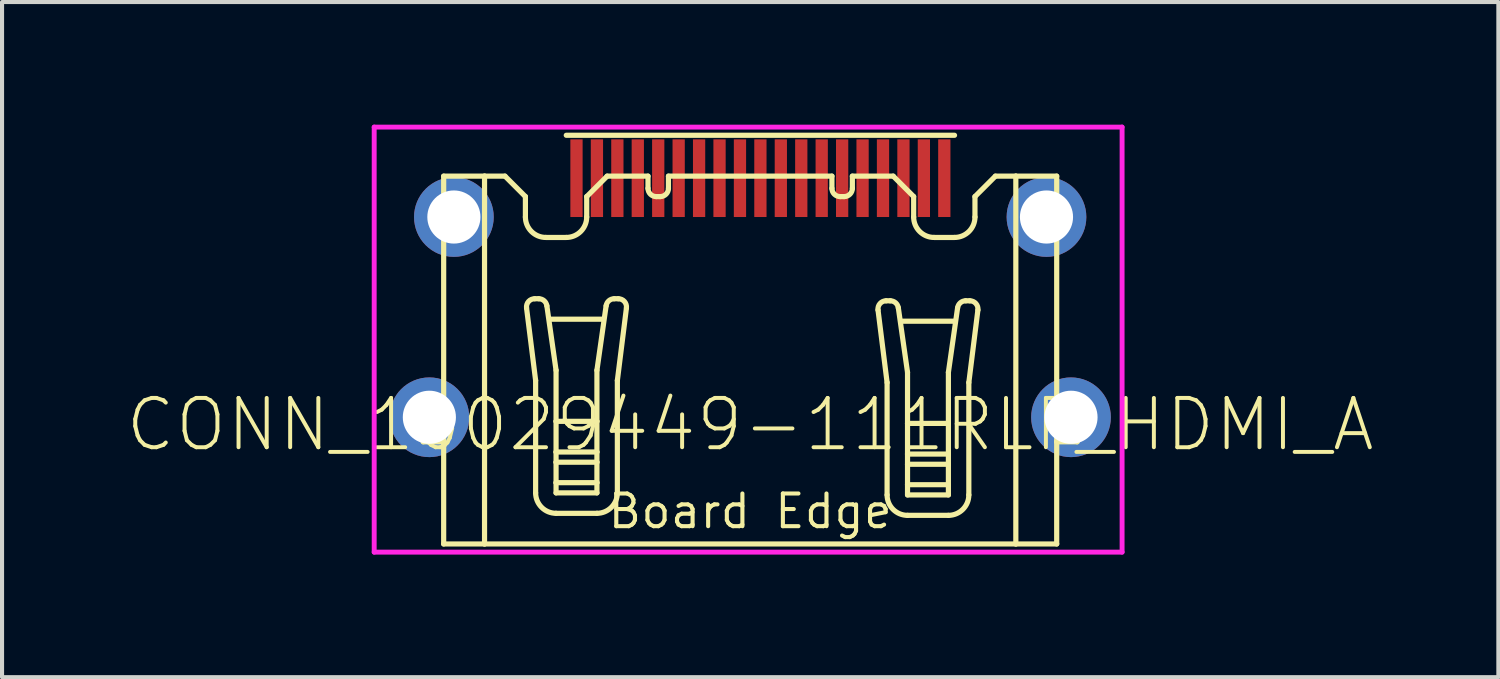
<source format=kicad_pcb>
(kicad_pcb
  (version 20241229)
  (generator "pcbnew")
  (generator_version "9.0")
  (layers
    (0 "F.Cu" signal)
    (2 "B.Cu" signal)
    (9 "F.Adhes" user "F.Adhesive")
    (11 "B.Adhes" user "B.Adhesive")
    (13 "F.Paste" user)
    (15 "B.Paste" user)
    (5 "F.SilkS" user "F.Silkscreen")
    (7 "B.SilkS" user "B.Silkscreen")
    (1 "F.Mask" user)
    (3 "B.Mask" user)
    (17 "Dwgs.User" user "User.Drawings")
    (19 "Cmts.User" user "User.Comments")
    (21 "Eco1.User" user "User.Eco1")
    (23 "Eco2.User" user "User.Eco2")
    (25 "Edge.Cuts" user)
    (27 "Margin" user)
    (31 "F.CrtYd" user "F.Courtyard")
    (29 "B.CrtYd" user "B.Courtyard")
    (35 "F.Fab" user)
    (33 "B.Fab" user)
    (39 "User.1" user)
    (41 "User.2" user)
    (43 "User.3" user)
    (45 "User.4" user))
  (footprint "CONN_10029449-111RLF_HDMI_A"
    (layer "F.Cu")
    (at 15.306 5.26)
    (property "Reference" "CONN_10029449-111RLF_HDMI_A" (at 0 2.08 0) (layer "F.SilkS") (effects (font (size 1.206 1.206) (thickness 0.097))))
    (attr smd)
    (fp_line (start -8 1.5) (end -8 2.5) (stroke (width 0.127) (type solid)) (layer "F.SilkS"))
    (fp_line (start -8 2.5) (end -7.5 2.5) (stroke (width 0.127) (type solid)) (layer "F.SilkS"))
    (fp_line (start -7.5 -4) (end -7.5 1.5) (stroke (width 0.127) (type solid)) (layer "F.SilkS"))
    (fp_line (start -7.5 1.5) (end -8 1.5) (stroke (width 0.127) (type solid)) (layer "F.SilkS"))
    (fp_line (start -7.5 1.5) (end -7.5 2.5) (stroke (width 0.127) (type solid)) (layer "F.SilkS"))
    (fp_line (start -7.5 2.5) (end -7.5 5) (stroke (width 0.127) (type solid)) (layer "F.SilkS"))
    (fp_line (start -7.5 5) (end -6.5 5) (stroke (width 0.127) (type solid)) (layer "F.SilkS"))
    (fp_line (start -6.5 -4) (end -7.5 -4) (stroke (width 0.127) (type solid)) (layer "F.SilkS"))
    (fp_line (start -6.5 -4) (end -6.5 5) (stroke (width 0.127) (type solid)) (layer "F.SilkS"))
    (fp_line (start -6.5 5) (end 6.5 5) (stroke (width 0.127) (type solid)) (layer "F.SilkS"))
    (fp_line (start -6 -4) (end -6.5 -4) (stroke (width 0.127) (type solid)) (layer "F.SilkS"))
    (fp_line (start -6 -4) (end -5.5 -3.5) (stroke (width 0.127) (type solid)) (layer "F.SilkS"))
    (fp_line (start -5.5 -3.5) (end -5.5 -3) (stroke (width 0.127) (type solid)) (layer "F.SilkS"))
    (fp_line (start -5.273 -1) (end -5.173 -1) (stroke (width 0.127) (type solid)) (layer "F.SilkS"))
    (fp_line (start -5.25 1) (end -5.472 -0.775) (stroke (width 0.127) (type solid)) (layer "F.SilkS"))
    (fp_line (start -5.25 1) (end -5.25 3.75) (stroke (width 0.127) (type solid)) (layer "F.SilkS"))
    (fp_line (start -5 -2.5) (end -4.5 -2.5) (stroke (width 0.127) (type solid)) (layer "F.SilkS"))
    (fp_line (start -4.975 -0.828) (end -4.75 0.75) (stroke (width 0.127) (type solid)) (layer "F.SilkS"))
    (fp_line (start -4.9 -0.5) (end -3.6 -0.5) (stroke (width 0.127) (type solid)) (layer "F.SilkS"))
    (fp_line (start -4.75 0.75) (end -4.75 2) (stroke (width 0.127) (type solid)) (layer "F.SilkS"))
    (fp_line (start -4.75 2) (end -4.75 2.75) (stroke (width 0.127) (type solid)) (layer "F.SilkS"))
    (fp_line (start -4.75 2) (end -3.75 2) (stroke (width 0.127) (type solid)) (layer "F.SilkS"))
    (fp_line (start -4.75 2.75) (end -4.75 3) (stroke (width 0.127) (type solid)) (layer "F.SilkS"))
    (fp_line (start -4.75 2.75) (end -3.75 2.75) (stroke (width 0.127) (type solid)) (layer "F.SilkS"))
    (fp_line (start -4.75 3) (end -4.75 3.5) (stroke (width 0.127) (type solid)) (layer "F.SilkS"))
    (fp_line (start -4.75 3) (end -3.75 3) (stroke (width 0.127) (type solid)) (layer "F.SilkS"))
    (fp_line (start -4.75 3.5) (end -4.75 3.75) (stroke (width 0.127) (type solid)) (layer "F.SilkS"))
    (fp_line (start -4.75 3.5) (end -3.75 3.5) (stroke (width 0.127) (type solid)) (layer "F.SilkS"))
    (fp_line (start -4.75 3.75) (end -3.75 3.75) (stroke (width 0.127) (type solid)) (layer "F.SilkS"))
    (fp_line (start -4.75 4.25) (end -3.75 4.25) (stroke (width 0.127) (type solid)) (layer "F.SilkS"))
    (fp_line (start -4.5 -5) (end 5 -5) (stroke (width 0.127) (type solid)) (layer "F.SilkS"))
    (fp_line (start -4 -3.5) (end -3.5 -4) (stroke (width 0.127) (type solid)) (layer "F.SilkS"))
    (fp_line (start -4 -3) (end -4 -3.5) (stroke (width 0.127) (type solid)) (layer "F.SilkS"))
    (fp_line (start -3.75 0.75) (end -3.525 -0.828) (stroke (width 0.127) (type solid)) (layer "F.SilkS"))
    (fp_line (start -3.75 2) (end -3.75 0.75) (stroke (width 0.127) (type solid)) (layer "F.SilkS"))
    (fp_line (start -3.75 2.75) (end -3.75 2) (stroke (width 0.127) (type solid)) (layer "F.SilkS"))
    (fp_line (start -3.75 3) (end -3.75 2.75) (stroke (width 0.127) (type solid)) (layer "F.SilkS"))
    (fp_line (start -3.75 3.5) (end -3.75 3) (stroke (width 0.127) (type solid)) (layer "F.SilkS"))
    (fp_line (start -3.75 3.75) (end -3.75 3.5) (stroke (width 0.127) (type solid)) (layer "F.SilkS"))
    (fp_line (start -3.5 -4) (end -2.5 -4) (stroke (width 0.127) (type solid)) (layer "F.SilkS"))
    (fp_line (start -3.327 -1) (end -3.227 -1) (stroke (width 0.127) (type solid)) (layer "F.SilkS"))
    (fp_line (start -3.25 3.75) (end -3.25 1) (stroke (width 0.127) (type solid)) (layer "F.SilkS"))
    (fp_line (start -3.028 -0.775) (end -3.25 1) (stroke (width 0.127) (type solid)) (layer "F.SilkS"))
    (fp_line (start -2.5 -4) (end -2.5 -3.7) (stroke (width 0.127) (type solid)) (layer "F.SilkS"))
    (fp_line (start -2.3 -3.5) (end -2.2 -3.5) (stroke (width 0.127) (type solid)) (layer "F.SilkS"))
    (fp_line (start -2 -4) (end 2 -4) (stroke (width 0.127) (type solid)) (layer "F.SilkS"))
    (fp_line (start -2 -3.7) (end -2 -4) (stroke (width 0.127) (type solid)) (layer "F.SilkS"))
    (fp_line (start 2 -4) (end 2 -3.7) (stroke (width 0.127) (type solid)) (layer "F.SilkS"))
    (fp_line (start 2.2 -3.5) (end 2.3 -3.5) (stroke (width 0.127) (type solid)) (layer "F.SilkS"))
    (fp_line (start 2.5 -4) (end 3.5 -4) (stroke (width 0.127) (type solid)) (layer "F.SilkS"))
    (fp_line (start 2.5 -3.7) (end 2.5 -4) (stroke (width 0.127) (type solid)) (layer "F.SilkS"))
    (fp_line (start 3.327 -0.95) (end 3.427 -0.95) (stroke (width 0.127) (type solid)) (layer "F.SilkS"))
    (fp_line (start 3.35 1.05) (end 3.128 -0.725) (stroke (width 0.127) (type solid)) (layer "F.SilkS"))
    (fp_line (start 3.35 1.05) (end 3.35 3.8) (stroke (width 0.127) (type solid)) (layer "F.SilkS"))
    (fp_line (start 3.5 -4) (end 4 -3.5) (stroke (width 0.127) (type solid)) (layer "F.SilkS"))
    (fp_line (start 3.625 -0.778) (end 3.85 0.8) (stroke (width 0.127) (type solid)) (layer "F.SilkS"))
    (fp_line (start 3.7 -0.45) (end 5 -0.45) (stroke (width 0.127) (type solid)) (layer "F.SilkS"))
    (fp_line (start 3.85 0.8) (end 3.85 2.05) (stroke (width 0.127) (type solid)) (layer "F.SilkS"))
    (fp_line (start 3.85 2.05) (end 3.85 2.8) (stroke (width 0.127) (type solid)) (layer "F.SilkS"))
    (fp_line (start 3.85 2.05) (end 4.85 2.05) (stroke (width 0.127) (type solid)) (layer "F.SilkS"))
    (fp_line (start 3.85 2.8) (end 3.85 3.05) (stroke (width 0.127) (type solid)) (layer "F.SilkS"))
    (fp_line (start 3.85 2.8) (end 4.85 2.8) (stroke (width 0.127) (type solid)) (layer "F.SilkS"))
    (fp_line (start 3.85 3.05) (end 3.85 3.55) (stroke (width 0.127) (type solid)) (layer "F.SilkS"))
    (fp_line (start 3.85 3.05) (end 4.85 3.05) (stroke (width 0.127) (type solid)) (layer "F.SilkS"))
    (fp_line (start 3.85 3.55) (end 3.85 3.8) (stroke (width 0.127) (type solid)) (layer "F.SilkS"))
    (fp_line (start 3.85 3.55) (end 4.85 3.55) (stroke (width 0.127) (type solid)) (layer "F.SilkS"))
    (fp_line (start 3.85 3.8) (end 4.85 3.8) (stroke (width 0.127) (type solid)) (layer "F.SilkS"))
    (fp_line (start 3.85 4.3) (end 4.85 4.3) (stroke (width 0.127) (type solid)) (layer "F.SilkS"))
    (fp_line (start 4 -3.5) (end 4 -3) (stroke (width 0.127) (type solid)) (layer "F.SilkS"))
    (fp_line (start 4.5 -2.5) (end 5 -2.5) (stroke (width 0.127) (type solid)) (layer "F.SilkS"))
    (fp_line (start 4.85 0.8) (end 5.075 -0.778) (stroke (width 0.127) (type solid)) (layer "F.SilkS"))
    (fp_line (start 4.85 2.05) (end 4.85 0.8) (stroke (width 0.127) (type solid)) (layer "F.SilkS"))
    (fp_line (start 4.85 2.8) (end 4.85 2.05) (stroke (width 0.127) (type solid)) (layer "F.SilkS"))
    (fp_line (start 4.85 3.05) (end 4.85 2.8) (stroke (width 0.127) (type solid)) (layer "F.SilkS"))
    (fp_line (start 4.85 3.55) (end 4.85 3.05) (stroke (width 0.127) (type solid)) (layer "F.SilkS"))
    (fp_line (start 4.85 3.8) (end 4.85 3.55) (stroke (width 0.127) (type solid)) (layer "F.SilkS"))
    (fp_line (start 5.273 -0.95) (end 5.373 -0.95) (stroke (width 0.127) (type solid)) (layer "F.SilkS"))
    (fp_line (start 5.35 3.8) (end 5.35 1.05) (stroke (width 0.127) (type solid)) (layer "F.SilkS"))
    (fp_line (start 5.5 -3.5) (end 6 -4) (stroke (width 0.127) (type solid)) (layer "F.SilkS"))
    (fp_line (start 5.5 -3) (end 5.5 -3.5) (stroke (width 0.127) (type solid)) (layer "F.SilkS"))
    (fp_line (start 5.572 -0.725) (end 5.35 1.05) (stroke (width 0.127) (type solid)) (layer "F.SilkS"))
    (fp_line (start 6.5 -4) (end 6 -4) (stroke (width 0.127) (type solid)) (layer "F.SilkS"))
    (fp_line (start 6.5 -4) (end 6.5 5) (stroke (width 0.127) (type solid)) (layer "F.SilkS"))
    (fp_line (start 6.5 5) (end 7.5 5) (stroke (width 0.127) (type solid)) (layer "F.SilkS"))
    (fp_line (start 7.5 -4) (end 6.5 -4) (stroke (width 0.127) (type solid)) (layer "F.SilkS"))
    (fp_line (start 7.5 1.5) (end 7.5 -4) (stroke (width 0.127) (type solid)) (layer "F.SilkS"))
    (fp_line (start 7.5 2.5) (end 7.5 1.5) (stroke (width 0.127) (type solid)) (layer "F.SilkS"))
    (fp_line (start 7.5 2.5) (end 8 2.5) (stroke (width 0.127) (type solid)) (layer "F.SilkS"))
    (fp_line (start 7.5 5) (end 7.5 2.5) (stroke (width 0.127) (type solid)) (layer "F.SilkS"))
    (fp_line (start 8 1.5) (end 7.5 1.5) (stroke (width 0.127) (type solid)) (layer "F.SilkS"))
    (fp_line (start 8 2.5) (end 8 1.5) (stroke (width 0.127) (type solid)) (layer "F.SilkS"))
    (fp_arc (start -5.4719 -0.7752) (mid -5.423377 -0.932365) (end -5.273441 -1.000001) (stroke (width 0.127) (type solid)) (layer "F.SilkS"))
    (fp_arc (start -5.173459 -1) (mid -5.042416 -0.95109) (end -4.975467 -0.828281) (stroke (width 0.127) (type solid)) (layer "F.SilkS"))
    (fp_arc (start -5 -2.5) (mid -5.353553 -2.646447) (end -5.5 -3) (stroke (width 0.127) (type solid)) (layer "F.SilkS"))
    (fp_arc (start -4.75 4.25) (mid -5.103553 4.103553) (end -5.25 3.75) (stroke (width 0.127) (type solid)) (layer "F.SilkS"))
    (fp_arc (start -4 -3) (mid -4.146447 -2.646447) (end -4.5 -2.5) (stroke (width 0.127) (type solid)) (layer "F.SilkS"))
    (fp_arc (start -3.524531 -0.828281) (mid -3.457581 -0.95109) (end -3.326539 -1) (stroke (width 0.127) (type solid)) (layer "F.SilkS"))
    (fp_arc (start -3.25 3.75) (mid -3.396447 4.103553) (end -3.75 4.25) (stroke (width 0.127) (type solid)) (layer "F.SilkS"))
    (fp_arc (start -3.226556 -1) (mid -3.076623 -0.932363) (end -3.0281 -0.7752) (stroke (width 0.127) (type solid)) (layer "F.SilkS"))
    (fp_arc (start -2.3 -3.5) (mid -2.441421 -3.558579) (end -2.5 -3.7) (stroke (width 0.127) (type solid)) (layer "F.SilkS"))
    (fp_arc (start -2 -3.7) (mid -2.058579 -3.558579) (end -2.2 -3.5) (stroke (width 0.127) (type solid)) (layer "F.SilkS"))
    (fp_arc (start 2.2 -3.5) (mid 2.058579 -3.558579) (end 2 -3.7) (stroke (width 0.127) (type solid)) (layer "F.SilkS"))
    (fp_arc (start 2.5 -3.7) (mid 2.441421 -3.558579) (end 2.3 -3.5) (stroke (width 0.127) (type solid)) (layer "F.SilkS"))
    (fp_arc (start 3.1281 -0.7252) (mid 3.176623 -0.882364) (end 3.326557 -0.949999) (stroke (width 0.127) (type solid)) (layer "F.SilkS"))
    (fp_arc (start 3.42654 -0.95) (mid 3.557582 -0.901089) (end 3.62453 -0.778279) (stroke (width 0.127) (type solid)) (layer "F.SilkS"))
    (fp_arc (start 3.85 4.3) (mid 3.496447 4.153553) (end 3.35 3.8) (stroke (width 0.127) (type solid)) (layer "F.SilkS"))
    (fp_arc (start 4.5 -2.5) (mid 4.146447 -2.646447) (end 4 -3) (stroke (width 0.127) (type solid)) (layer "F.SilkS"))
    (fp_arc (start 5.075468 -0.778281) (mid 5.142418 -0.901088) (end 5.273459 -0.949998) (stroke (width 0.127) (type solid)) (layer "F.SilkS"))
    (fp_arc (start 5.35 3.8) (mid 5.203553 4.153553) (end 4.85 4.3) (stroke (width 0.127) (type solid)) (layer "F.SilkS"))
    (fp_arc (start 5.373443 -0.95) (mid 5.523377 -0.882362) (end 5.571899 -0.725198) (stroke (width 0.127) (type solid)) (layer "F.SilkS"))
    (fp_arc (start 5.5 -3) (mid 5.353553 -2.646447) (end 5 -2.5) (stroke (width 0.127) (type solid)) (layer "F.SilkS"))
    (fp_poly (pts (xy -4.343 -3.432) (xy -4.166 -3.432) (xy -4.166 -4.753) (xy -4.343 -4.753)) (stroke (width 0) (type solid)) (fill yes) (layer "F.Paste"))
    (fp_poly (pts (xy -3.835 -3.432) (xy -3.658 -3.432) (xy -3.658 -4.753) (xy -3.835 -4.753)) (stroke (width 0) (type solid)) (fill yes) (layer "F.Paste"))
    (fp_poly (pts (xy -3.327 -3.432) (xy -3.15 -3.432) (xy -3.15 -4.753) (xy -3.327 -4.753)) (stroke (width 0) (type solid)) (fill yes) (layer "F.Paste"))
    (fp_poly (pts (xy -2.845 -3.432) (xy -2.667 -3.432) (xy -2.667 -4.753) (xy -2.845 -4.753)) (stroke (width 0) (type solid)) (fill yes) (layer "F.Paste"))
    (fp_poly (pts (xy -2.337 -3.432) (xy -2.159 -3.432) (xy -2.159 -4.753) (xy -2.337 -4.753)) (stroke (width 0) (type solid)) (fill yes) (layer "F.Paste"))
    (fp_poly (pts (xy -1.829 -3.406) (xy -1.651 -3.406) (xy -1.651 -4.727) (xy -1.829 -4.727)) (stroke (width 0) (type solid)) (fill yes) (layer "F.Paste"))
    (fp_poly (pts (xy -1.346 -3.432) (xy -1.168 -3.432) (xy -1.168 -4.753) (xy -1.346 -4.753)) (stroke (width 0) (type solid)) (fill yes) (layer "F.Paste"))
    (fp_poly (pts (xy -0.838 -3.457) (xy -0.66 -3.457) (xy -0.66 -4.778) (xy -0.838 -4.778)) (stroke (width 0) (type solid)) (fill yes) (layer "F.Paste"))
    (fp_poly (pts (xy -0.33 -3.406) (xy -0.152 -3.406) (xy -0.152 -4.727) (xy -0.33 -4.727)) (stroke (width 0) (type solid)) (fill yes) (layer "F.Paste"))
    (fp_poly (pts (xy 0.178 -3.406) (xy 0.356 -3.406) (xy 0.356 -4.727) (xy 0.178 -4.727)) (stroke (width 0) (type solid)) (fill yes) (layer "F.Paste"))
    (fp_poly (pts (xy 0.66 -3.432) (xy 0.838 -3.432) (xy 0.838 -4.753) (xy 0.66 -4.753)) (stroke (width 0) (type solid)) (fill yes) (layer "F.Paste"))
    (fp_poly (pts (xy 1.168 -3.406) (xy 1.346 -3.406) (xy 1.346 -4.727) (xy 1.168 -4.727)) (stroke (width 0) (type solid)) (fill yes) (layer "F.Paste"))
    (fp_poly (pts (xy 1.651 -3.406) (xy 1.829 -3.406) (xy 1.829 -4.727) (xy 1.651 -4.727)) (stroke (width 0) (type solid)) (fill yes) (layer "F.Paste"))
    (fp_poly (pts (xy 2.159 -3.432) (xy 2.337 -3.432) (xy 2.337 -4.753) (xy 2.159 -4.753)) (stroke (width 0) (type solid)) (fill yes) (layer "F.Paste"))
    (fp_poly (pts (xy 2.667 -3.432) (xy 2.845 -3.432) (xy 2.845 -4.753) (xy 2.667 -4.753)) (stroke (width 0) (type solid)) (fill yes) (layer "F.Paste"))
    (fp_poly (pts (xy 3.15 -3.432) (xy 3.327 -3.432) (xy 3.327 -4.753) (xy 3.15 -4.753)) (stroke (width 0) (type solid)) (fill yes) (layer "F.Paste"))
    (fp_poly (pts (xy 3.658 -3.432) (xy 3.835 -3.432) (xy 3.835 -4.753) (xy 3.658 -4.753)) (stroke (width 0) (type solid)) (fill yes) (layer "F.Paste"))
    (fp_poly (pts (xy 4.166 -3.432) (xy 4.343 -3.432) (xy 4.343 -4.753) (xy 4.166 -4.753)) (stroke (width 0) (type solid)) (fill yes) (layer "F.Paste"))
    (fp_poly (pts (xy 4.674 -3.406) (xy 4.851 -3.406) (xy 4.851 -4.727) (xy 4.674 -4.727)) (stroke (width 0) (type solid)) (fill yes) (layer "F.Paste"))
    (fp_line (start -9.2 -5.2) (end -9.2 5.2) (stroke (width 0.12) (type solid)) (layer "F.CrtYd"))
    (fp_line (start -9.2 5.2) (end 9.1 5.2) (stroke (width 0.12) (type solid)) (layer "F.CrtYd"))
    (fp_line (start 9.1 -5.2) (end -9.2 -5.2) (stroke (width 0.12) (type solid)) (layer "F.CrtYd"))
    (fp_line (start 9.1 5.2) (end 9.1 -5.2) (stroke (width 0.12) (type solid)) (layer "F.CrtYd"))
    (fp_text user "Board Edge" (at 0 4.2 0) (layer "F.SilkS") (effects (font (size 0.8 0.8) (thickness 0.1))))
    (pad "1" smd rect (at 4.75 -3.95) (size 0.3 1.9) (layers "F.Cu" "F.Mask" "F.Paste"))
    (pad "2" smd rect (at 4.25 -3.95) (size 0.3 1.9) (layers "F.Cu" "F.Mask" "F.Paste"))
    (pad "3" smd rect (at 3.75 -3.95) (size 0.3 1.9) (layers "F.Cu" "F.Mask" "F.Paste"))
    (pad "4" smd rect (at 3.25 -3.95) (size 0.3 1.9) (layers "F.Cu" "F.Mask" "F.Paste"))
    (pad "5" smd rect (at 2.75 -3.95) (size 0.3 1.9) (layers "F.Cu" "F.Mask" "F.Paste"))
    (pad "6" smd rect (at 2.25 -3.95) (size 0.3 1.9) (layers "F.Cu" "F.Mask" "F.Paste"))
    (pad "7" smd rect (at 1.75 -3.95) (size 0.3 1.9) (layers "F.Cu" "F.Mask" "F.Paste"))
    (pad "8" smd rect (at 1.25 -3.95) (size 0.3 1.9) (layers "F.Cu" "F.Mask" "F.Paste"))
    (pad "9" smd rect (at 0.75 -3.95) (size 0.3 1.9) (layers "F.Cu" "F.Mask" "F.Paste"))
    (pad "10" smd rect (at 0.25 -3.95) (size 0.3 1.9) (layers "F.Cu" "F.Mask" "F.Paste"))
    (pad "11" smd rect (at -0.25 -3.95) (size 0.3 1.9) (layers "F.Cu" "F.Mask" "F.Paste"))
    (pad "12" smd rect (at -0.75 -3.95) (size 0.3 1.9) (layers "F.Cu" "F.Mask" "F.Paste"))
    (pad "13" smd rect (at -1.25 -3.95) (size 0.3 1.9) (layers "F.Cu" "F.Mask" "F.Paste"))
    (pad "14" smd rect (at -1.75 -3.95) (size 0.3 1.9) (layers "F.Cu" "F.Mask" "F.Paste"))
    (pad "15" smd rect (at -2.25 -3.95) (size 0.3 1.9) (layers "F.Cu" "F.Mask" "F.Paste"))
    (pad "16" smd rect (at -2.75 -3.95) (size 0.3 1.9) (layers "F.Cu" "F.Mask" "F.Paste"))
    (pad "17" smd rect (at -3.25 -3.95) (size 0.3 1.9) (layers "F.Cu" "F.Mask" "F.Paste"))
    (pad "18" smd rect (at -3.75 -3.95) (size 0.3 1.9) (layers "F.Cu" "F.Mask" "F.Paste"))
    (pad "19" smd rect (at -4.25 -3.95) (size 0.3 1.9) (layers "F.Cu" "F.Mask" "F.Paste"))
    (pad "SH" thru_hole circle (at -7.85 1.9) (size 1.95 1.95) (drill 1.3) (layers "*.Cu" "*.Mask"))
    (pad "SH" thru_hole circle (at -7.25 -3) (size 1.95 1.95) (drill 1.3) (layers "*.Cu" "*.Mask"))
    (pad "SH" thru_hole circle (at 7.25 -3) (size 1.95 1.95) (drill 1.3) (layers "*.Cu" "*.Mask"))
    (pad "SH" thru_hole circle (at 7.85 1.9) (size 1.95 1.95) (drill 1.3) (layers "*.Cu" "*.Mask")))
  (gr_rect
    (start -3 -3)
    (end 33.613 13.52)
    (stroke (width 0.1) (type default))
    (fill no)
    (layer "Edge.Cuts")))
</source>
